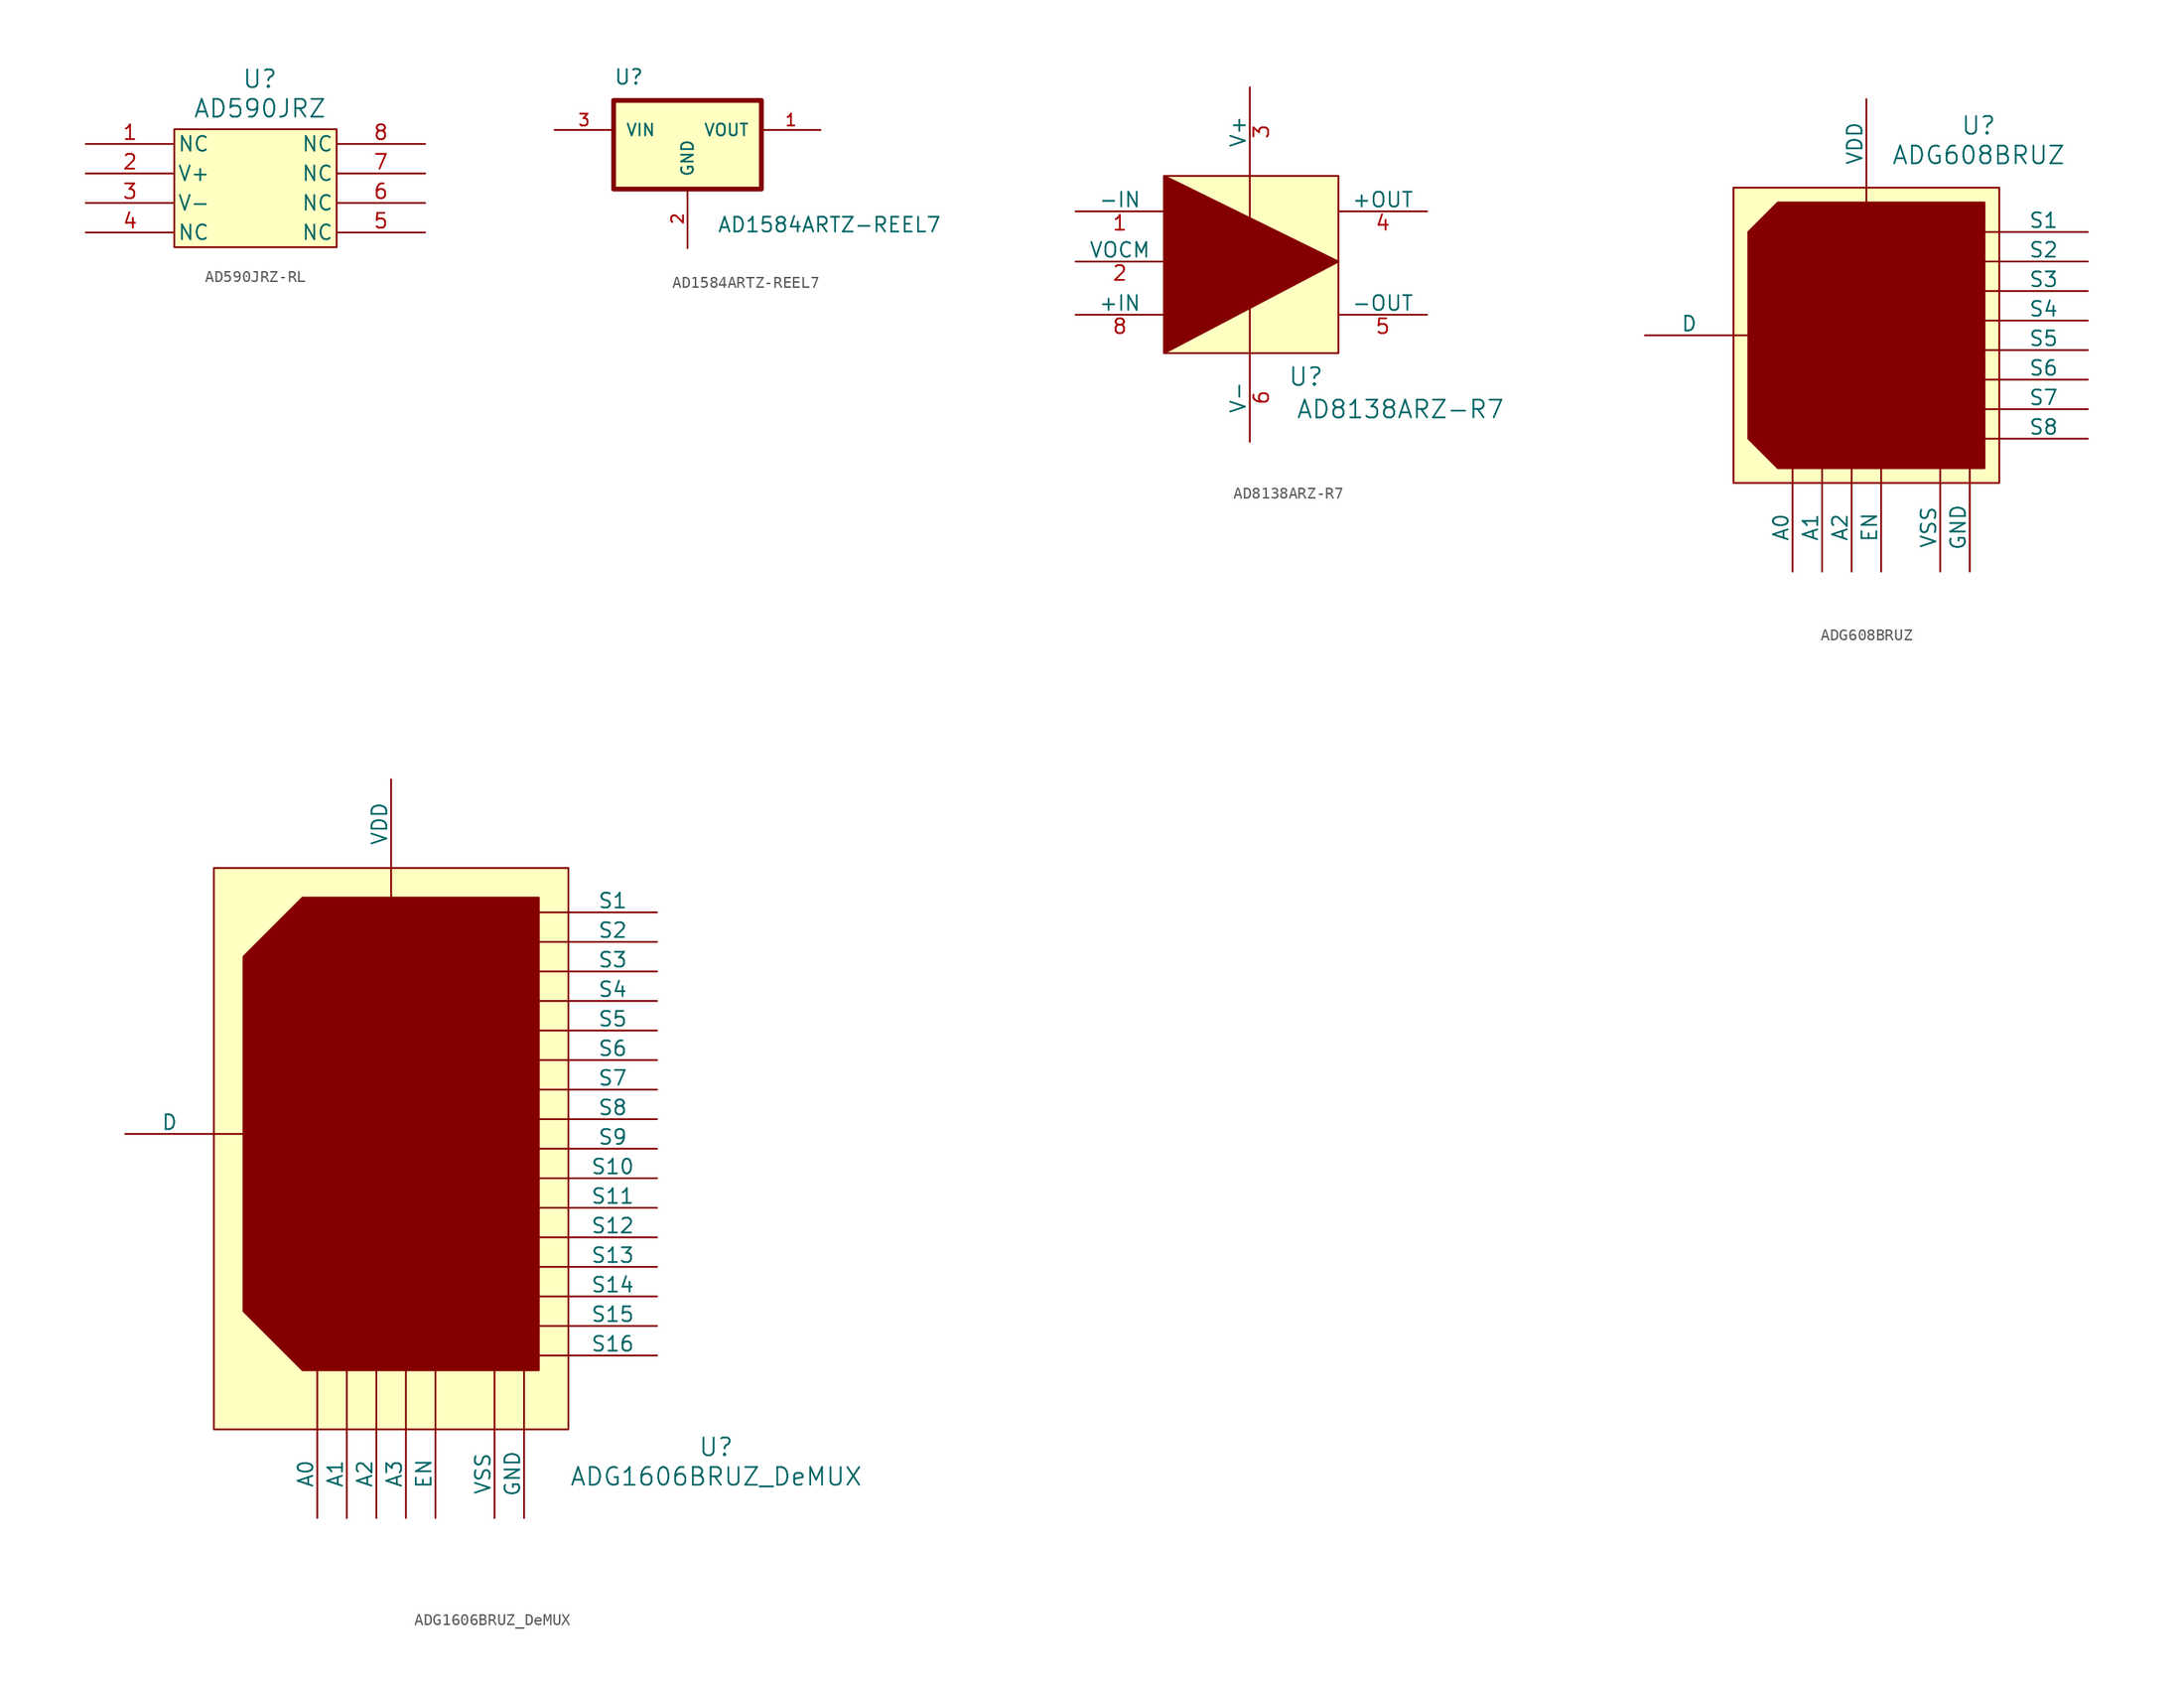
<source format=kicad_sym>
(kicad_symbol_lib
  (version 20241209)
  (generator "kicad_symbol_editor")
  (generator_version "9.0")
  (symbol "AD590JRZ-RL"
    (pin_names
      (offset 0.254))
    (property "Reference" "U"
      (at 14.986 5.588 0)
      (effects (font (size 1.524 1.524))))
    (property "Value" "AD590JRZ"
      (at 14.986 3.048 0)
      (effects (font (size 1.524 1.524))))
    (symbol "AD590JRZ-RL_0_1"
      (pin unspecified line (at 0 0 0) (length 7.62) (name "NC" (effects (font (size 1.27 1.27)))) (number "1" (effects (font (size 1.27 1.27)))))
      (pin unspecified line (at 0 -2.54 0) (length 7.62) (name "V+" (effects (font (size 1.27 1.27)))) (number "2" (effects (font (size 1.27 1.27)))))
      (pin unspecified line (at 0 -5.08 0) (length 7.62) (name "V-" (effects (font (size 1.27 1.27)))) (number "3" (effects (font (size 1.27 1.27)))))
      (pin unspecified line (at 0 -7.62 0) (length 7.62) (name "NC" (effects (font (size 1.27 1.27)))) (number "4" (effects (font (size 1.27 1.27)))))
      (pin unspecified line (at 29.21 0 180) (length 7.62) (name "NC" (effects (font (size 1.27 1.27)))) (number "8" (effects (font (size 1.27 1.27)))))
      (pin unspecified line (at 29.21 -2.54 180) (length 7.62) (name "NC" (effects (font (size 1.27 1.27)))) (number "7" (effects (font (size 1.27 1.27)))))
      (pin unspecified line (at 29.21 -5.08 180) (length 7.62) (name "NC" (effects (font (size 1.27 1.27)))) (number "6" (effects (font (size 1.27 1.27)))))
      (pin unspecified line (at 29.21 -7.62 180) (length 7.62) (name "NC" (effects (font (size 1.27 1.27)))) (number "5" (effects (font (size 1.27 1.27))))))
    (symbol "AD590JRZ-RL_1_1"
      (rectangle (start 7.62 1.27) (end 21.59 -8.89) (stroke (width 0) (type default)) (fill (type background)))))
  (symbol "AD1584ARTZ-REEL7"
    (pin_names
      (offset 1.016))
    (property "Reference" "U"
      (at -12.7 3.81 0)
      (effects (font (size 1.27 1.27)) (justify left bottom)))
    (property "Value" "AD1584ARTZ-REEL7"
      (at -3.81 -8.89 0)
      (effects (font (size 1.27 1.27)) (justify left bottom)))
    (symbol "AD1584ARTZ-REEL7_0_0"
      (rectangle (start -12.7 2.54) (end 0 -5.08) (stroke (width 0.41) (type default)) (fill (type background)))
      (pin input line (at -17.78 0 0) (length 5.08) (name "VIN" (effects (font (size 1.016 1.016)))) (number "3" (effects (font (size 1.016 1.016)))))
      (pin power_in line (at -6.35 -10.16 90) (length 5.08) (name "GND" (effects (font (size 1.016 1.016)))) (number "2" (effects (font (size 1.016 1.016)))))
      (pin output line (at 5.08 0 180) (length 5.08) (name "VOUT" (effects (font (size 1.016 1.016)))) (number "1" (effects (font (size 1.016 1.016)))))))
  (symbol "AD8138ARZ-R7"
    (pin_names
      (offset 0))
    (property "Reference" "U"
      (at 12.192 -2.032 0)
      (effects (font (size 1.524 1.524))))
    (property "Value" "AD8138ARZ-R7"
      (at 20.32 -4.826 0)
      (effects (font (size 1.524 1.524))))
    (symbol "AD8138ARZ-R7_0_1"
      (polyline (pts (xy 7.366 0) (xy 7.366 15.24)) (stroke (width 0) (type default)) (fill (type none)))
      (pin unspecified line (at -7.62 12.192 0) (length 7.62) (name "-IN" (effects (font (size 1.27 1.27)))) (number "1" (effects (font (size 1.27 1.27)))))
      (pin unspecified line (at -7.62 7.874 0) (length 7.62) (name "VOCM" (effects (font (size 1.27 1.27)))) (number "2" (effects (font (size 1.27 1.27)))))
      (pin unspecified line (at -7.62 3.302 0) (length 7.62) (name "+IN" (effects (font (size 1.27 1.27)))) (number "8" (effects (font (size 1.27 1.27)))))
      (pin power_in line (at 7.366 22.86 270) (length 7.62) (name "V+" (effects (font (size 1.27 1.27)))) (number "3" (effects (font (size 1.27 1.27)))))
      (pin power_in line (at 7.366 -7.62 90) (length 7.62) (name "V-" (effects (font (size 1.27 1.27)))) (number "6" (effects (font (size 1.27 1.27)))))
      (pin unspecified line (at 22.606 12.192 180) (length 7.62) (name "+OUT" (effects (font (size 1.27 1.27)))) (number "4" (effects (font (size 1.27 1.27)))))
      (pin unspecified line (at 22.606 3.302 180) (length 7.62) (name "-OUT" (effects (font (size 1.27 1.27)))) (number "5" (effects (font (size 1.27 1.27))))))
    (symbol "AD8138ARZ-R7_1_1"
      (rectangle (start 0 15.24) (end 14.986 0) (stroke (width 0) (type default)) (fill (type background)))
      (polyline (pts (xy 0 15.24) (xy 14.986 7.874) (xy 0 0) (xy 0 15.24)) (stroke (width 0) (type default)) (fill (type outline)))
      (pin unspecified line (at 22.86 7.874 180) (length 7.62) (hide yes) (name "NC" (effects (font (size 1.27 1.27)))) (number "7" (effects (font (size 1.27 1.27)))))))
  (symbol "ADG608BRUZ"
    (pin_numbers
      (hide yes))
    (pin_names
      (offset 0))
    (property "Reference" "U"
      (at 21.082 30.734 0)
      (effects (font (size 1.524 1.524))))
    (property "Value" "ADG608BRUZ"
      (at 21.082 28.194 0)
      (effects (font (size 1.524 1.524))))
    (symbol "ADG608BRUZ_0_1"
      (polyline (pts (xy 0 12.7) (xy 1.27 12.7)) (stroke (width 0) (type default)) (fill (type none)))
      (polyline (pts (xy 5.08 0) (xy 5.08 1.27)) (stroke (width 0) (type default)) (fill (type none)))
      (polyline (pts (xy 7.62 0) (xy 7.62 1.27)) (stroke (width 0) (type default)) (fill (type none)))
      (polyline (pts (xy 10.16 0) (xy 10.16 1.27)) (stroke (width 0) (type default)) (fill (type none)))
      (polyline (pts (xy 12.7 0) (xy 12.7 1.27)) (stroke (width 0) (type default)) (fill (type none)))
      (polyline (pts (xy 17.78 0) (xy 17.78 1.27)) (stroke (width 0) (type default)) (fill (type none)))
      (polyline (pts (xy 20.32 0) (xy 20.32 1.27)) (stroke (width 0) (type default)) (fill (type none)))
      (pin unspecified line (at -7.62 12.7 0) (length 7.62) (name "D" (effects (font (size 1.27 1.27)))) (number "8" (effects (font (size 1.27 1.27)))))
      (pin unspecified line (at 5.08 -7.62 90) (length 7.62) (name "A0" (effects (font (size 1.27 1.27)))) (number "1" (effects (font (size 1.27 1.27)))))
      (pin unspecified line (at 7.62 -7.62 90) (length 7.62) (name "A1" (effects (font (size 1.27 1.27)))) (number "16" (effects (font (size 1.27 1.27)))))
      (pin unspecified line (at 10.16 -7.62 90) (length 7.62) (name "A2" (effects (font (size 1.27 1.27)))) (number "15" (effects (font (size 1.27 1.27)))))
      (pin power_in line (at 11.43 33.02 270) (length 7.62) (name "VDD" (effects (font (size 1.27 1.27)))) (number "13" (effects (font (size 1.27 1.27)))))
      (pin unspecified line (at 12.7 -7.62 90) (length 7.62) (name "EN" (effects (font (size 1.27 1.27)))) (number "2" (effects (font (size 1.27 1.27)))))
      (pin power_in line (at 17.78 -7.62 90) (length 7.62) (name "VSS" (effects (font (size 1.27 1.27)))) (number "3" (effects (font (size 1.27 1.27)))))
      (pin unspecified line (at 20.32 -7.62 90) (length 7.62) (name "GND" (effects (font (size 1.27 1.27)))) (number "14" (effects (font (size 1.27 1.27)))))
      (pin unspecified line (at 30.48 21.59 180) (length 7.62) (name "S1" (effects (font (size 1.27 1.27)))) (number "4" (effects (font (size 1.27 1.27)))))
      (pin unspecified line (at 30.48 19.05 180) (length 7.62) (name "S2" (effects (font (size 1.27 1.27)))) (number "5" (effects (font (size 1.27 1.27)))))
      (pin unspecified line (at 30.48 16.51 180) (length 7.62) (name "S3" (effects (font (size 1.27 1.27)))) (number "6" (effects (font (size 1.27 1.27)))))
      (pin unspecified line (at 30.48 13.97 180) (length 7.62) (name "S4" (effects (font (size 1.27 1.27)))) (number "7" (effects (font (size 1.27 1.27)))))
      (pin unspecified line (at 30.48 11.43 180) (length 7.62) (name "S5" (effects (font (size 1.27 1.27)))) (number "12" (effects (font (size 1.27 1.27)))))
      (pin unspecified line (at 30.48 8.89 180) (length 7.62) (name "S6" (effects (font (size 1.27 1.27)))) (number "11" (effects (font (size 1.27 1.27)))))
      (pin unspecified line (at 30.48 6.35 180) (length 7.62) (name "S7" (effects (font (size 1.27 1.27)))) (number "10" (effects (font (size 1.27 1.27)))))
      (pin unspecified line (at 30.48 3.81 180) (length 7.62) (name "S8" (effects (font (size 1.27 1.27)))) (number "9" (effects (font (size 1.27 1.27))))))
    (symbol "ADG608BRUZ_1_1"
      (rectangle (start 0 25.4) (end 22.86 0) (stroke (width 0) (type default)) (fill (type background)))
      (polyline (pts (xy 11.43 25.4) (xy 11.43 22.86)) (stroke (width 0) (type default)) (fill (type none)))
      (polyline (pts (xy 21.59 24.13) (xy 21.59 1.27) (xy 3.81 1.27) (xy 1.27 3.81) (xy 1.27 21.59) (xy 3.81 24.13) (xy 21.59 24.13)) (stroke (width 0) (type default)) (fill (type outline)))
      (polyline (pts (xy 22.86 21.59) (xy 21.59 21.59)) (stroke (width 0) (type default)) (fill (type none)))
      (polyline (pts (xy 22.86 19.05) (xy 21.59 19.05)) (stroke (width 0) (type default)) (fill (type none)))
      (polyline (pts (xy 22.86 16.51) (xy 21.59 16.51)) (stroke (width 0) (type default)) (fill (type none)))
      (polyline (pts (xy 22.86 13.97) (xy 21.59 13.97)) (stroke (width 0) (type default)) (fill (type none)))
      (polyline (pts (xy 22.86 11.43) (xy 21.59 11.43)) (stroke (width 0) (type default)) (fill (type none)))
      (polyline (pts (xy 22.86 8.89) (xy 21.59 8.89)) (stroke (width 0) (type default)) (fill (type none)))
      (polyline (pts (xy 22.86 6.35) (xy 21.59 6.35)) (stroke (width 0) (type default)) (fill (type none)))
      (polyline (pts (xy 22.86 3.81) (xy 21.59 3.81)) (stroke (width 0) (type default)) (fill (type none)))))
  (symbol "ADG1606BRUZ_DeMUX"
    (pin_numbers
      (hide yes))
    (pin_names
      (offset 0))
    (property "Reference" "U"
      (at 43.18 -1.524 0)
      (effects (font (size 1.524 1.524))))
    (property "Value" "ADG1606BRUZ_DeMUX"
      (at 43.18 -4.064 0)
      (effects (font (size 1.524 1.524))))
    (symbol "ADG1606BRUZ_DeMUX_0_1"
      (pin bidirectional line (at -7.62 25.4 0) (length 7.62) (name "D" (effects (font (size 1.27 1.27)))) (number "28" (effects (font (size 1.27 1.27)))))
      (pin input line (at 8.89 -7.62 90) (length 7.62) (name "A0" (effects (font (size 1.27 1.27)))) (number "17" (effects (font (size 1.27 1.27)))))
      (pin input line (at 11.43 -7.62 90) (length 7.62) (name "A1" (effects (font (size 1.27 1.27)))) (number "16" (effects (font (size 1.27 1.27)))))
      (pin input line (at 13.97 -7.62 90) (length 7.62) (name "A2" (effects (font (size 1.27 1.27)))) (number "15" (effects (font (size 1.27 1.27)))))
      (pin power_in line (at 15.24 55.88 270) (length 7.62) (name "VDD" (effects (font (size 1.27 1.27)))) (number "1" (effects (font (size 1.27 1.27)))))
      (pin input line (at 16.51 -7.62 90) (length 7.62) (name "A3" (effects (font (size 1.27 1.27)))) (number "14" (effects (font (size 1.27 1.27)))))
      (pin input line (at 19.05 -7.62 90) (length 7.62) (name "EN" (effects (font (size 1.27 1.27)))) (number "18" (effects (font (size 1.27 1.27)))))
      (pin power_in line (at 24.13 -7.62 90) (length 7.62) (name "VSS" (effects (font (size 1.27 1.27)))) (number "27" (effects (font (size 1.27 1.27)))))
      (pin power_in line (at 26.67 -7.62 90) (length 7.62) (name "GND" (effects (font (size 1.27 1.27)))) (number "12" (effects (font (size 1.27 1.27)))))
      (pin bidirectional line (at 38.1 44.45 180) (length 7.62) (name "S1" (effects (font (size 1.27 1.27)))) (number "19" (effects (font (size 1.27 1.27)))))
      (pin bidirectional line (at 38.1 41.91 180) (length 7.62) (name "S2" (effects (font (size 1.27 1.27)))) (number "20" (effects (font (size 1.27 1.27)))))
      (pin bidirectional line (at 38.1 39.37 180) (length 7.62) (name "S3" (effects (font (size 1.27 1.27)))) (number "21" (effects (font (size 1.27 1.27)))))
      (pin bidirectional line (at 38.1 36.83 180) (length 7.62) (name "S4" (effects (font (size 1.27 1.27)))) (number "22" (effects (font (size 1.27 1.27)))))
      (pin bidirectional line (at 38.1 34.29 180) (length 7.62) (name "S5" (effects (font (size 1.27 1.27)))) (number "23" (effects (font (size 1.27 1.27)))))
      (pin bidirectional line (at 38.1 31.75 180) (length 7.62) (name "S6" (effects (font (size 1.27 1.27)))) (number "24" (effects (font (size 1.27 1.27)))))
      (pin bidirectional line (at 38.1 29.21 180) (length 7.62) (name "S7" (effects (font (size 1.27 1.27)))) (number "25" (effects (font (size 1.27 1.27)))))
      (pin bidirectional line (at 38.1 26.67 180) (length 7.62) (name "S8" (effects (font (size 1.27 1.27)))) (number "26" (effects (font (size 1.27 1.27)))))
      (pin bidirectional line (at 38.1 24.13 180) (length 7.62) (name "S9" (effects (font (size 1.27 1.27)))) (number "11" (effects (font (size 1.27 1.27)))))
      (pin bidirectional line (at 38.1 21.59 180) (length 7.62) (name "S10" (effects (font (size 1.27 1.27)))) (number "10" (effects (font (size 1.27 1.27)))))
      (pin bidirectional line (at 38.1 19.05 180) (length 7.62) (name "S11" (effects (font (size 1.27 1.27)))) (number "9" (effects (font (size 1.27 1.27)))))
      (pin bidirectional line (at 38.1 16.51 180) (length 7.62) (name "S12" (effects (font (size 1.27 1.27)))) (number "8" (effects (font (size 1.27 1.27)))))
      (pin bidirectional line (at 38.1 13.97 180) (length 7.62) (name "S13" (effects (font (size 1.27 1.27)))) (number "7" (effects (font (size 1.27 1.27)))))
      (pin bidirectional line (at 38.1 11.43 180) (length 7.62) (name "S14" (effects (font (size 1.27 1.27)))) (number "6" (effects (font (size 1.27 1.27)))))
      (pin bidirectional line (at 38.1 8.89 180) (length 7.62) (name "S15" (effects (font (size 1.27 1.27)))) (number "5" (effects (font (size 1.27 1.27)))))
      (pin bidirectional line (at 38.1 6.35 180) (length 7.62) (name "S16" (effects (font (size 1.27 1.27)))) (number "4" (effects (font (size 1.27 1.27))))))
    (symbol "ADG1606BRUZ_DeMUX_1_1"
      (rectangle (start 0 48.26) (end 30.48 0) (stroke (width 0) (type default)) (fill (type background)))
      (polyline (pts (xy 0 25.4) (xy 3.81 25.4)) (stroke (width 0) (type default)) (fill (type none)))
      (polyline (pts (xy 8.89 0) (xy 8.89 7.62)) (stroke (width 0) (type default)) (fill (type none)))
      (polyline (pts (xy 11.43 0) (xy 11.43 6.35)) (stroke (width 0) (type default)) (fill (type none)))
      (polyline (pts (xy 13.97 0) (xy 13.97 7.62)) (stroke (width 0) (type default)) (fill (type none)))
      (polyline (pts (xy 15.24 48.26) (xy 15.24 44.45)) (stroke (width 0) (type default)) (fill (type none)))
      (polyline (pts (xy 16.51 0) (xy 16.51 6.35)) (stroke (width 0) (type default)) (fill (type none)))
      (polyline (pts (xy 19.05 0) (xy 19.05 6.35)) (stroke (width 0) (type default)) (fill (type none)))
      (polyline (pts (xy 24.13 0) (xy 24.13 6.35)) (stroke (width 0) (type default)) (fill (type none)))
      (polyline (pts (xy 26.67 0) (xy 26.67 6.35)) (stroke (width 0) (type default)) (fill (type none)))
      (polyline (pts (xy 27.94 45.72) (xy 27.94 5.08) (xy 7.62 5.08) (xy 2.54 10.16) (xy 2.54 40.64) (xy 7.62 45.72) (xy 27.94 45.72)) (stroke (width 0) (type default)) (fill (type outline)))
      (polyline (pts (xy 30.48 44.45) (xy 26.67 44.45)) (stroke (width 0) (type default)) (fill (type none)))
      (polyline (pts (xy 30.48 41.91) (xy 26.67 41.91)) (stroke (width 0) (type default)) (fill (type none)))
      (polyline (pts (xy 30.48 39.37) (xy 26.67 39.37)) (stroke (width 0) (type default)) (fill (type none)))
      (polyline (pts (xy 30.48 36.83) (xy 26.67 36.83)) (stroke (width 0) (type default)) (fill (type none)))
      (polyline (pts (xy 30.48 34.29) (xy 26.67 34.29)) (stroke (width 0) (type default)) (fill (type none)))
      (polyline (pts (xy 30.48 31.75) (xy 26.67 31.75)) (stroke (width 0) (type default)) (fill (type none)))
      (polyline (pts (xy 30.48 29.21) (xy 26.67 29.21)) (stroke (width 0) (type default)) (fill (type none)))
      (polyline (pts (xy 30.48 26.67) (xy 26.67 26.67)) (stroke (width 0) (type default)) (fill (type none)))
      (polyline (pts (xy 30.48 24.13) (xy 26.67 24.13)) (stroke (width 0) (type default)) (fill (type none)))
      (polyline (pts (xy 30.48 21.59) (xy 26.67 21.59)) (stroke (width 0) (type default)) (fill (type none)))
      (polyline (pts (xy 30.48 19.05) (xy 26.67 19.05)) (stroke (width 0) (type default)) (fill (type none)))
      (polyline (pts (xy 30.48 16.51) (xy 26.67 16.51)) (stroke (width 0) (type default)) (fill (type none)))
      (polyline (pts (xy 30.48 13.97) (xy 26.67 13.97)) (stroke (width 0) (type default)) (fill (type none)))
      (polyline (pts (xy 30.48 11.43) (xy 26.67 11.43)) (stroke (width 0) (type default)) (fill (type none)))
      (polyline (pts (xy 30.48 8.89) (xy 26.67 8.89)) (stroke (width 0) (type default)) (fill (type none)))
      (polyline (pts (xy 30.48 6.35) (xy 26.67 6.35)) (stroke (width 0) (type default)) (fill (type none)))
      (pin no_connect line (at -7.62 -3.81 0) (length 7.62) (hide yes) (name "NC" (effects (font (size 1.27 1.27)))) (number "13" (effects (font (size 1.27 1.27)))))
      (pin no_connect line (at -7.62 -6.35 0) (length 7.62) (hide yes) (name "NC" (effects (font (size 1.27 1.27)))) (number "2" (effects (font (size 1.27 1.27)))))
      (pin no_connect line (at -7.62 -8.89 0) (length 7.62) (hide yes) (name "NC" (effects (font (size 1.27 1.27)))) (number "3" (effects (font (size 1.27 1.27))))))))
</source>
